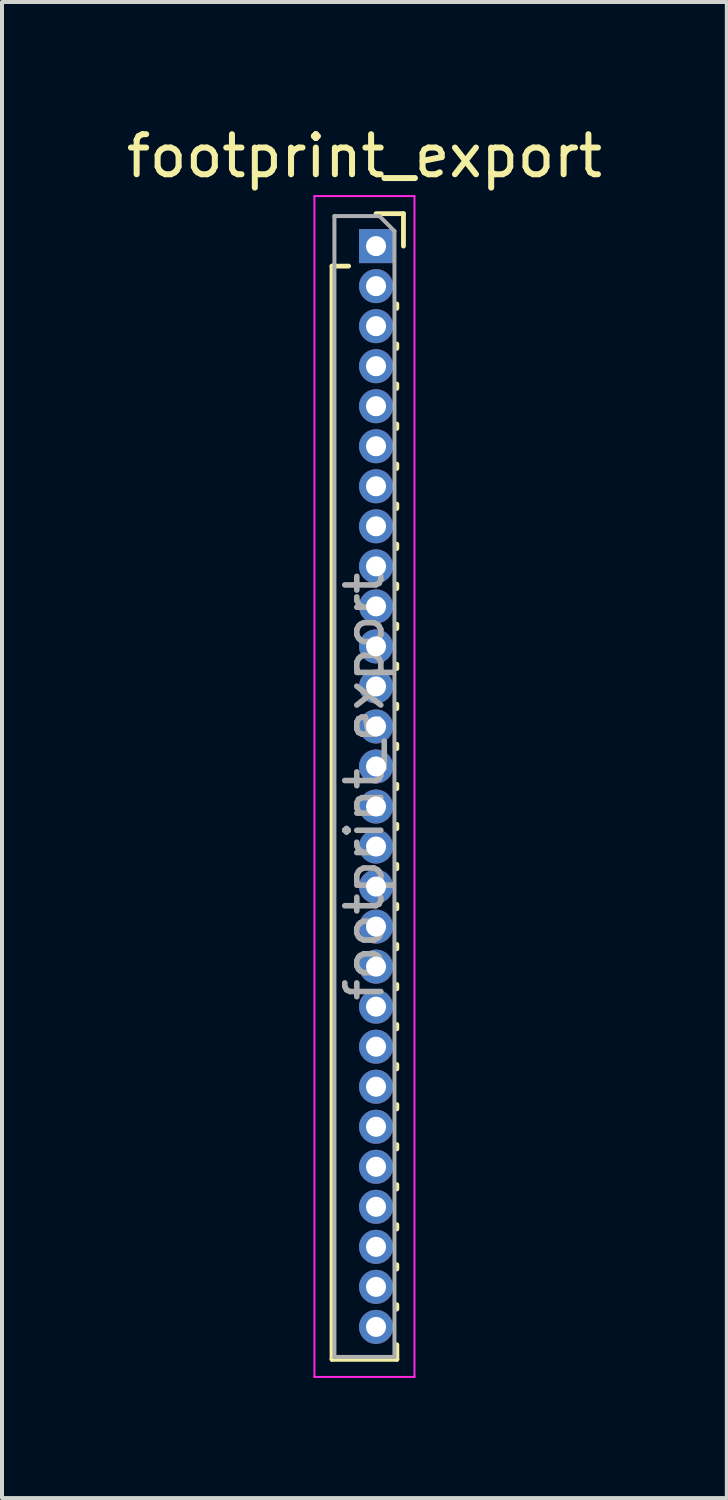
<source format=kicad_pcb>
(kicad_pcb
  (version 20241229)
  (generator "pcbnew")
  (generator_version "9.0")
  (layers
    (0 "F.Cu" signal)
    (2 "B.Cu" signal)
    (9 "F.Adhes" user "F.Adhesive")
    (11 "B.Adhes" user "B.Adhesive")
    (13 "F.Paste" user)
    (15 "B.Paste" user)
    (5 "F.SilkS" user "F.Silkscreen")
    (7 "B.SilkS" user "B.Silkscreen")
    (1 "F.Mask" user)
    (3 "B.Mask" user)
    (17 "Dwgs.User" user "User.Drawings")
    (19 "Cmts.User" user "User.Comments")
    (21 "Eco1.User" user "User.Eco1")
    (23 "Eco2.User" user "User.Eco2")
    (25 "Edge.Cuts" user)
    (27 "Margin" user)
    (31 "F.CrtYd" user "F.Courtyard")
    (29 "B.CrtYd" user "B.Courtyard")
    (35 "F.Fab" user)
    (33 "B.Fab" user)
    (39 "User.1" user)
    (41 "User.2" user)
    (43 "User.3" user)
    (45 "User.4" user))
  (footprint "footprint_export"
    (layer "F.Cu")
    (at 6.344 3.098)
    (property "Reference" "footprint_export" (at -0.29 -2.25 0) (layer "F.SilkS") (effects (font (size 1 1) (thickness 0.15))))
    (attr through_hole)
    (fp_line (start -1.1 0.5) (end -1.1 27.81) (stroke (width 0.12) (type solid)) (layer "F.SilkS"))
    (fp_line (start -1.1 0.5) (end -0.685 0.5) (stroke (width 0.12) (type solid)) (layer "F.SilkS"))
    (fp_line (start -1.1 27.81) (end 0.52 27.81) (stroke (width 0.12) (type solid)) (layer "F.SilkS"))
    (fp_line (start 0 -0.81) (end 0.685 -0.81) (stroke (width 0.12) (type solid)) (layer "F.SilkS"))
    (fp_line (start 0.52 1.446) (end 0.52 1.554) (stroke (width 0.12) (type solid)) (layer "F.SilkS"))
    (fp_line (start 0.52 2.446) (end 0.52 2.554) (stroke (width 0.12) (type solid)) (layer "F.SilkS"))
    (fp_line (start 0.52 3.446) (end 0.52 3.554) (stroke (width 0.12) (type solid)) (layer "F.SilkS"))
    (fp_line (start 0.52 4.446) (end 0.52 4.554) (stroke (width 0.12) (type solid)) (layer "F.SilkS"))
    (fp_line (start 0.52 5.446) (end 0.52 5.554) (stroke (width 0.12) (type solid)) (layer "F.SilkS"))
    (fp_line (start 0.52 6.446) (end 0.52 6.554) (stroke (width 0.12) (type solid)) (layer "F.SilkS"))
    (fp_line (start 0.52 7.446) (end 0.52 7.554) (stroke (width 0.12) (type solid)) (layer "F.SilkS"))
    (fp_line (start 0.52 8.446) (end 0.52 8.554) (stroke (width 0.12) (type solid)) (layer "F.SilkS"))
    (fp_line (start 0.52 9.446) (end 0.52 9.554) (stroke (width 0.12) (type solid)) (layer "F.SilkS"))
    (fp_line (start 0.52 10.446) (end 0.52 10.554) (stroke (width 0.12) (type solid)) (layer "F.SilkS"))
    (fp_line (start 0.52 11.446) (end 0.52 11.554) (stroke (width 0.12) (type solid)) (layer "F.SilkS"))
    (fp_line (start 0.52 12.446) (end 0.52 12.554) (stroke (width 0.12) (type solid)) (layer "F.SilkS"))
    (fp_line (start 0.52 13.446) (end 0.52 13.554) (stroke (width 0.12) (type solid)) (layer "F.SilkS"))
    (fp_line (start 0.52 14.446) (end 0.52 14.554) (stroke (width 0.12) (type solid)) (layer "F.SilkS"))
    (fp_line (start 0.52 15.446) (end 0.52 15.554) (stroke (width 0.12) (type solid)) (layer "F.SilkS"))
    (fp_line (start 0.52 16.446) (end 0.52 16.554) (stroke (width 0.12) (type solid)) (layer "F.SilkS"))
    (fp_line (start 0.52 17.446) (end 0.52 17.554) (stroke (width 0.12) (type solid)) (layer "F.SilkS"))
    (fp_line (start 0.52 18.446) (end 0.52 18.554) (stroke (width 0.12) (type solid)) (layer "F.SilkS"))
    (fp_line (start 0.52 19.446) (end 0.52 19.554) (stroke (width 0.12) (type solid)) (layer "F.SilkS"))
    (fp_line (start 0.52 20.446) (end 0.52 20.554) (stroke (width 0.12) (type solid)) (layer "F.SilkS"))
    (fp_line (start 0.52 21.446) (end 0.52 21.554) (stroke (width 0.12) (type solid)) (layer "F.SilkS"))
    (fp_line (start 0.52 22.446) (end 0.52 22.554) (stroke (width 0.12) (type solid)) (layer "F.SilkS"))
    (fp_line (start 0.52 23.446) (end 0.52 23.554) (stroke (width 0.12) (type solid)) (layer "F.SilkS"))
    (fp_line (start 0.52 24.446) (end 0.52 24.554) (stroke (width 0.12) (type solid)) (layer "F.SilkS"))
    (fp_line (start 0.52 25.446) (end 0.52 25.554) (stroke (width 0.12) (type solid)) (layer "F.SilkS"))
    (fp_line (start 0.52 26.446) (end 0.52 26.554) (stroke (width 0.12) (type solid)) (layer "F.SilkS"))
    (fp_line (start 0.52 27.446) (end 0.52 27.81) (stroke (width 0.12) (type solid)) (layer "F.SilkS"))
    (fp_line (start 0.685 -0.81) (end 0.685 0) (stroke (width 0.12) (type solid)) (layer "F.SilkS"))
    (fp_line (start -1.54 -1.25) (end 0.96 -1.25) (stroke (width 0.05) (type solid)) (layer "F.CrtYd"))
    (fp_line (start -1.54 28.25) (end -1.54 -1.25) (stroke (width 0.05) (type solid)) (layer "F.CrtYd"))
    (fp_line (start 0.96 -1.25) (end 0.96 28.25) (stroke (width 0.05) (type solid)) (layer "F.CrtYd"))
    (fp_line (start 0.96 28.25) (end -1.54 28.25) (stroke (width 0.05) (type solid)) (layer "F.CrtYd"))
    (fp_line (start -1.04 -0.75) (end 0.085 -0.75) (stroke (width 0.1) (type solid)) (layer "F.Fab"))
    (fp_line (start -1.04 27.75) (end -1.04 -0.75) (stroke (width 0.1) (type solid)) (layer "F.Fab"))
    (fp_line (start 0.085 -0.75) (end 0.46 -0.375) (stroke (width 0.1) (type solid)) (layer "F.Fab"))
    (fp_line (start 0.46 -0.375) (end 0.46 27.75) (stroke (width 0.1) (type solid)) (layer "F.Fab"))
    (fp_line (start 0.46 27.75) (end -1.04 27.75) (stroke (width 0.1) (type solid)) (layer "F.Fab"))
    (fp_text user "${REFERENCE}" (at -0.29 13.5 90) (layer "F.Fab") (effects (font (size 0.9 0.9) (thickness 0.14))))
    (pad "1" thru_hole rect (at 0 0) (size 0.85 0.85) (drill 0.5) (layers "*.Cu" "*.Mask"))
    (pad "2" thru_hole oval (at 0 1) (size 0.85 0.85) (drill 0.5) (layers "*.Cu" "*.Mask"))
    (pad "3" thru_hole oval (at 0 2) (size 0.85 0.85) (drill 0.5) (layers "*.Cu" "*.Mask"))
    (pad "4" thru_hole oval (at 0 3) (size 0.85 0.85) (drill 0.5) (layers "*.Cu" "*.Mask"))
    (pad "5" thru_hole oval (at 0 4) (size 0.85 0.85) (drill 0.5) (layers "*.Cu" "*.Mask"))
    (pad "6" thru_hole oval (at 0 5) (size 0.85 0.85) (drill 0.5) (layers "*.Cu" "*.Mask"))
    (pad "7" thru_hole oval (at 0 6) (size 0.85 0.85) (drill 0.5) (layers "*.Cu" "*.Mask"))
    (pad "8" thru_hole oval (at 0 7) (size 0.85 0.85) (drill 0.5) (layers "*.Cu" "*.Mask"))
    (pad "9" thru_hole oval (at 0 8) (size 0.85 0.85) (drill 0.5) (layers "*.Cu" "*.Mask"))
    (pad "10" thru_hole oval (at 0 9) (size 0.85 0.85) (drill 0.5) (layers "*.Cu" "*.Mask"))
    (pad "11" thru_hole oval (at 0 10) (size 0.85 0.85) (drill 0.5) (layers "*.Cu" "*.Mask"))
    (pad "12" thru_hole oval (at 0 11) (size 0.85 0.85) (drill 0.5) (layers "*.Cu" "*.Mask"))
    (pad "13" thru_hole oval (at 0 12) (size 0.85 0.85) (drill 0.5) (layers "*.Cu" "*.Mask"))
    (pad "14" thru_hole oval (at 0 13) (size 0.85 0.85) (drill 0.5) (layers "*.Cu" "*.Mask"))
    (pad "15" thru_hole oval (at 0 14) (size 0.85 0.85) (drill 0.5) (layers "*.Cu" "*.Mask"))
    (pad "16" thru_hole oval (at 0 15) (size 0.85 0.85) (drill 0.5) (layers "*.Cu" "*.Mask"))
    (pad "17" thru_hole oval (at 0 16) (size 0.85 0.85) (drill 0.5) (layers "*.Cu" "*.Mask"))
    (pad "18" thru_hole oval (at 0 17) (size 0.85 0.85) (drill 0.5) (layers "*.Cu" "*.Mask"))
    (pad "19" thru_hole oval (at 0 18) (size 0.85 0.85) (drill 0.5) (layers "*.Cu" "*.Mask"))
    (pad "20" thru_hole oval (at 0 19) (size 0.85 0.85) (drill 0.5) (layers "*.Cu" "*.Mask"))
    (pad "21" thru_hole oval (at 0 20) (size 0.85 0.85) (drill 0.5) (layers "*.Cu" "*.Mask"))
    (pad "22" thru_hole oval (at 0 21) (size 0.85 0.85) (drill 0.5) (layers "*.Cu" "*.Mask"))
    (pad "23" thru_hole oval (at 0 22) (size 0.85 0.85) (drill 0.5) (layers "*.Cu" "*.Mask"))
    (pad "24" thru_hole oval (at 0 23) (size 0.85 0.85) (drill 0.5) (layers "*.Cu" "*.Mask"))
    (pad "25" thru_hole oval (at 0 24) (size 0.85 0.85) (drill 0.5) (layers "*.Cu" "*.Mask"))
    (pad "26" thru_hole oval (at 0 25) (size 0.85 0.85) (drill 0.5) (layers "*.Cu" "*.Mask"))
    (pad "27" thru_hole oval (at 0 26) (size 0.85 0.85) (drill 0.5) (layers "*.Cu" "*.Mask"))
    (pad "28" thru_hole oval (at 0 27) (size 0.85 0.85) (drill 0.5) (layers "*.Cu" "*.Mask")))
  (gr_rect
    (start -3 -3)
    (end 15.107 34.373)
    (stroke (width 0.1) (type default))
    (fill no)
    (layer "Edge.Cuts")))
</source>
